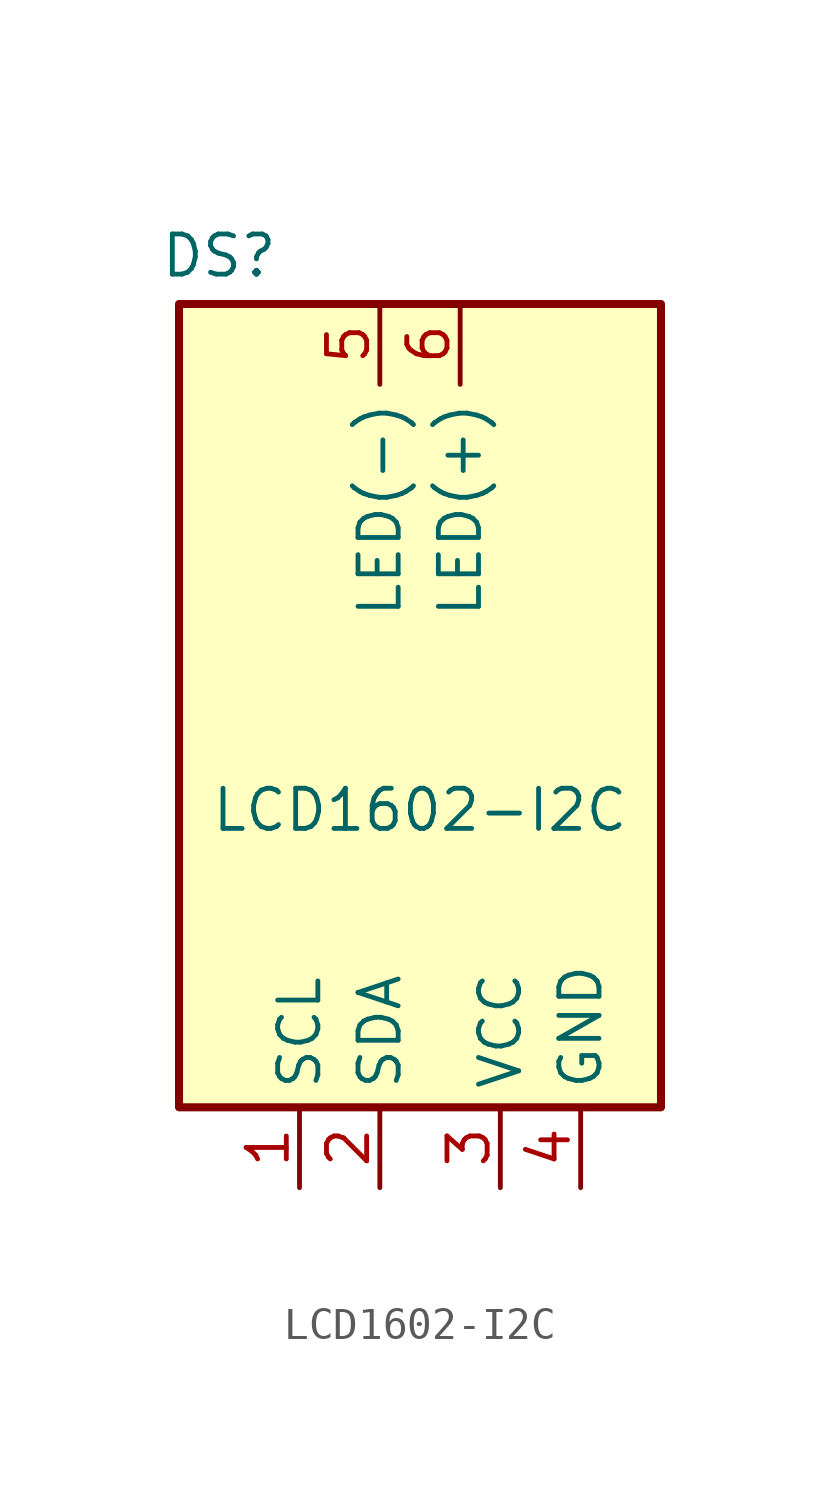
<source format=kicad_sym>
(kicad_symbol_lib
  (version 20231120)
  (generator "kicad_symbol_editor")
  (generator_version "8.0")
  (symbol "LCD1602-I2C"
    (property "Reference" "DS"
      (at -6.35 14.224 0)
      (effects (font (size 1.27 1.27))))
    (property "Value" "LCD1602-I2C"
      (at 0 -3.302 0)
      (effects (font (size 1.27 1.27))))
    (symbol "LCD1602-I2C_1_1"
      (rectangle (start -7.62 12.7) (end 7.62 -12.7) (stroke (width 0.254) (type default)) (fill (type background)))
      (pin input line (at -3.81 -15.24 90) (length 2.54) (name "SCL" (effects (font (size 1.27 1.27)))) (number "1" (effects (font (size 1.27 1.27)))))
      (pin bidirectional line (at -1.27 -15.24 90) (length 2.54) (name "SDA" (effects (font (size 1.27 1.27)))) (number "2" (effects (font (size 1.27 1.27)))))
      (pin power_in line (at 2.54 -15.24 90) (length 2.54) (name "VCC" (effects (font (size 1.27 1.27)))) (number "3" (effects (font (size 1.27 1.27)))))
      (pin power_in line (at 5.08 -15.24 90) (length 2.54) (name "GND" (effects (font (size 1.27 1.27)))) (number "4" (effects (font (size 1.27 1.27)))))
      (pin bidirectional line (at -1.27 12.7 270) (length 2.54) (name "LED(-)" (effects (font (size 1.27 1.27)))) (number "5" (effects (font (size 1.27 1.27)))))
      (pin bidirectional line (at 1.27 12.7 270) (length 2.54) (name "LED(+)" (effects (font (size 1.27 1.27)))) (number "6" (effects (font (size 1.27 1.27))))))))
</source>
